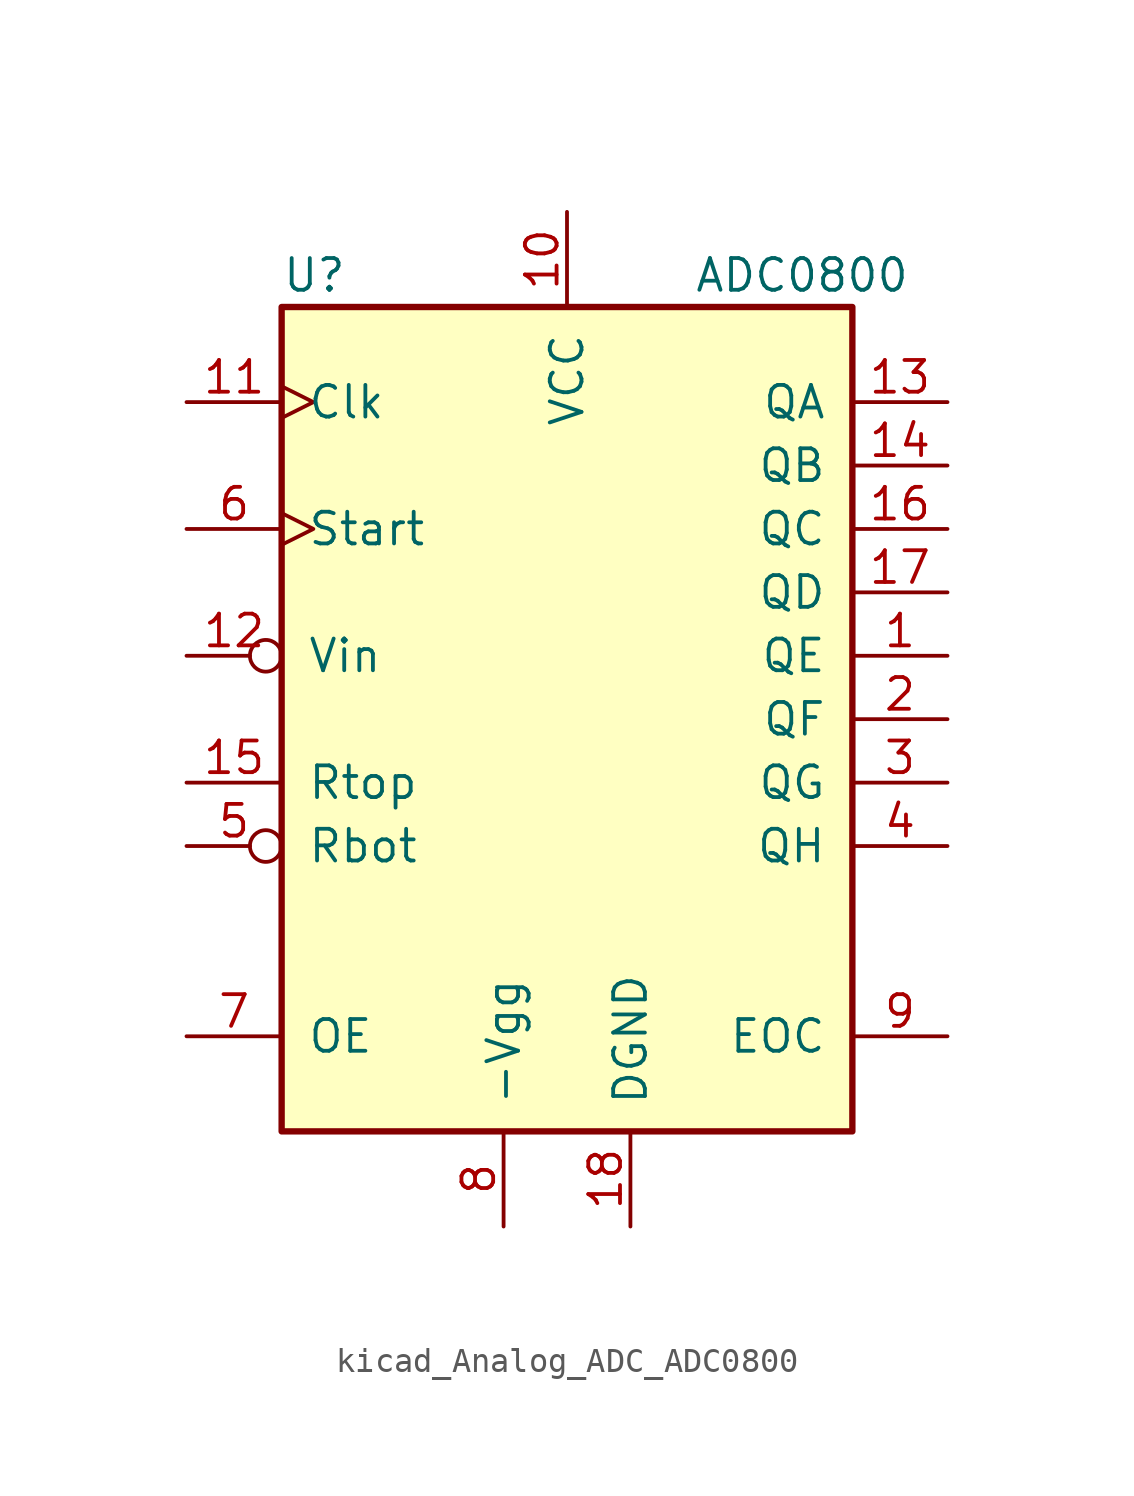
<source format=kicad_sym>
(kicad_symbol_lib
  (version 20220914)
  (generator kicad_symbol_editor)
  (symbol "kicad_Analog_ADC_ADC0800"
    (pin_names
      (offset 1.016))
    (property "Reference" "U"
      (at -11.43 17.78 0)
      (effects (font (size 1.27 1.27)) (justify left)))
    (property "Value" "ADC0800"
      (at 5.08 17.78 0)
      (effects (font (size 1.27 1.27)) (justify left)))
    (symbol "kicad_Analog_ADC_ADC0800_0_1"
      (rectangle (start -11.43 -16.51) (end 11.43 16.51) (stroke (width 0.254) (type default)) (fill (type background))))
    (symbol "kicad_Analog_ADC_ADC0800_1_1"
      (pin tri_state line (at 15.24 2.54 180) (length 3.81) (name "QE" (effects (font (size 1.27 1.27)))) (number "1" (effects (font (size 1.27 1.27)))))
      (pin power_in line (at 0 20.32 270) (length 3.81) (name "VCC" (effects (font (size 1.27 1.27)))) (number "10" (effects (font (size 1.27 1.27)))))
      (pin input clock (at -15.24 12.7 0) (length 3.81) (name "Clk" (effects (font (size 1.27 1.27)))) (number "11" (effects (font (size 1.27 1.27)))))
      (pin input inverted (at -15.24 2.54 0) (length 3.81) (name "Vin" (effects (font (size 1.27 1.27)))) (number "12" (effects (font (size 1.27 1.27)))))
      (pin tri_state line (at 15.24 12.7 180) (length 3.81) (name "QA" (effects (font (size 1.27 1.27)))) (number "13" (effects (font (size 1.27 1.27)))))
      (pin tri_state line (at 15.24 10.16 180) (length 3.81) (name "QB" (effects (font (size 1.27 1.27)))) (number "14" (effects (font (size 1.27 1.27)))))
      (pin input line (at -15.24 -2.54 0) (length 3.81) (name "Rtop" (effects (font (size 1.27 1.27)))) (number "15" (effects (font (size 1.27 1.27)))))
      (pin tri_state line (at 15.24 7.62 180) (length 3.81) (name "QC" (effects (font (size 1.27 1.27)))) (number "16" (effects (font (size 1.27 1.27)))))
      (pin tri_state line (at 15.24 5.08 180) (length 3.81) (name "QD" (effects (font (size 1.27 1.27)))) (number "17" (effects (font (size 1.27 1.27)))))
      (pin power_in line (at 2.54 -20.32 90) (length 3.81) (name "DGND" (effects (font (size 1.27 1.27)))) (number "18" (effects (font (size 1.27 1.27)))))
      (pin tri_state line (at 15.24 0 180) (length 3.81) (name "QF" (effects (font (size 1.27 1.27)))) (number "2" (effects (font (size 1.27 1.27)))))
      (pin tri_state line (at 15.24 -2.54 180) (length 3.81) (name "QG" (effects (font (size 1.27 1.27)))) (number "3" (effects (font (size 1.27 1.27)))))
      (pin tri_state line (at 15.24 -5.08 180) (length 3.81) (name "QH" (effects (font (size 1.27 1.27)))) (number "4" (effects (font (size 1.27 1.27)))))
      (pin input inverted (at -15.24 -5.08 0) (length 3.81) (name "Rbot" (effects (font (size 1.27 1.27)))) (number "5" (effects (font (size 1.27 1.27)))))
      (pin input clock (at -15.24 7.62 0) (length 3.81) (name "Start" (effects (font (size 1.27 1.27)))) (number "6" (effects (font (size 1.27 1.27)))))
      (pin input line (at -15.24 -12.7 0) (length 3.81) (name "OE" (effects (font (size 1.27 1.27)))) (number "7" (effects (font (size 1.27 1.27)))))
      (pin power_in line (at -2.54 -20.32 90) (length 3.81) (name "-Vgg" (effects (font (size 1.27 1.27)))) (number "8" (effects (font (size 1.27 1.27)))))
      (pin output line (at 15.24 -12.7 180) (length 3.81) (name "EOC" (effects (font (size 1.27 1.27)))) (number "9" (effects (font (size 1.27 1.27))))))))
</source>
